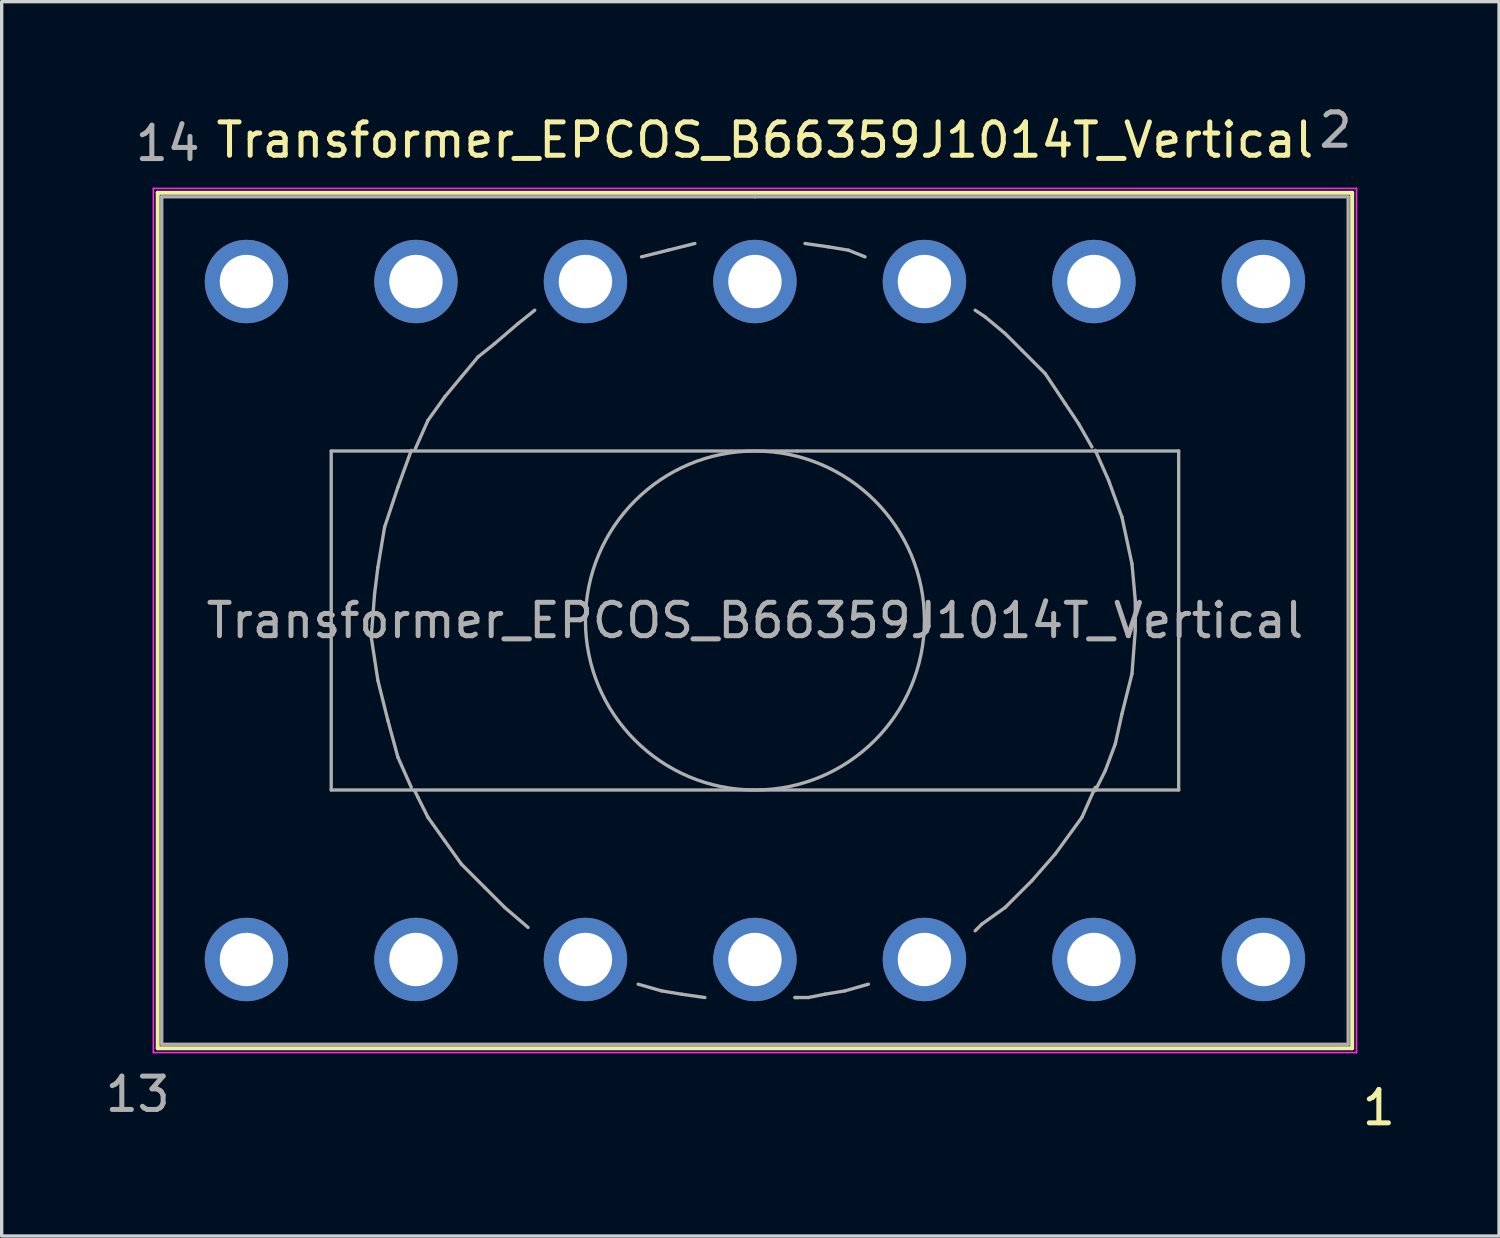
<source format=kicad_pcb>
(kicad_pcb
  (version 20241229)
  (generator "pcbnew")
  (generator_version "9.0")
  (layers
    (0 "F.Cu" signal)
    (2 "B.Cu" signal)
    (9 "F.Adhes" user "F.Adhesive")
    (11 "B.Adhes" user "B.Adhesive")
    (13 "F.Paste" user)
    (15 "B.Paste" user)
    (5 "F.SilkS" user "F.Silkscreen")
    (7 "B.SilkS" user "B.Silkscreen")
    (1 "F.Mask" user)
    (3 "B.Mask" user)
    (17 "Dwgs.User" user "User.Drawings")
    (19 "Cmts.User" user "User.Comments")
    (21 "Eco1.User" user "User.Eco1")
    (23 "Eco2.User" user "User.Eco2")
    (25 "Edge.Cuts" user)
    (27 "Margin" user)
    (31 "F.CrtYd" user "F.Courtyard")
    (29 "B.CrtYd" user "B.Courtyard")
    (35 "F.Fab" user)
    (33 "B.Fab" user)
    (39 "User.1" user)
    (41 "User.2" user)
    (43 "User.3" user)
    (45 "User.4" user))
  (footprint "Transformer_EPCOS_B66359J1014T_Vertical"
    (layer "F.Cu")
    (at 34.817 25.708)
    (property "Reference" "Transformer_EPCOS_B66359J1014T_Vertical" (at -14.94 -24.56 0) (layer "F.SilkS") (effects (font (size 1 1) (thickness 0.15))))
    (attr through_hole)
    (fp_line (start -33.14 -22.98) (end -33.14 2.66) (stroke (width 0.12) (type solid)) (layer "F.SilkS"))
    (fp_line (start -33.14 -22.98) (end 2.66 -22.98) (stroke (width 0.12) (type solid)) (layer "F.SilkS"))
    (fp_line (start 2.66 2.66) (end -33.14 2.66) (stroke (width 0.12) (type solid)) (layer "F.SilkS"))
    (fp_line (start 2.66 2.66) (end 2.66 -22.98) (stroke (width 0.12) (type solid)) (layer "F.SilkS"))
    (fp_line (start -33.27 -23.11) (end -33.27 2.79) (stroke (width 0.05) (type solid)) (layer "F.CrtYd"))
    (fp_line (start -33.27 -23.11) (end 2.79 -23.11) (stroke (width 0.05) (type solid)) (layer "F.CrtYd"))
    (fp_line (start 2.79 2.79) (end -33.27 2.79) (stroke (width 0.05) (type solid)) (layer "F.CrtYd"))
    (fp_line (start 2.79 2.79) (end 2.79 -23.11) (stroke (width 0.05) (type solid)) (layer "F.CrtYd"))
    (fp_line (start -33.02 -22.86) (end -33.02 2.54) (stroke (width 0.1) (type solid)) (layer "F.Fab"))
    (fp_line (start -33.02 2.54) (end 2.54 2.54) (stroke (width 0.1) (type solid)) (layer "F.Fab"))
    (fp_line (start -27.94 -15.24) (end -13.97 -15.24) (stroke (width 0.1) (type solid)) (layer "F.Fab"))
    (fp_line (start -27.94 -5.08) (end -27.94 -15.24) (stroke (width 0.1) (type solid)) (layer "F.Fab"))
    (fp_line (start -26.74 -9.66) (end -26.54 -8.36) (stroke (width 0.1) (type solid)) (layer "F.Fab"))
    (fp_line (start -26.64 -10.96) (end -26.74 -9.66) (stroke (width 0.1) (type solid)) (layer "F.Fab"))
    (fp_line (start -26.54 -11.76) (end -26.64 -10.96) (stroke (width 0.1) (type solid)) (layer "F.Fab"))
    (fp_line (start -26.54 -8.36) (end -26.24 -7.16) (stroke (width 0.1) (type solid)) (layer "F.Fab"))
    (fp_line (start -26.34 -12.96) (end -26.54 -11.76) (stroke (width 0.1) (type solid)) (layer "F.Fab"))
    (fp_line (start -26.24 -7.16) (end -25.94 -6.06) (stroke (width 0.1) (type solid)) (layer "F.Fab"))
    (fp_line (start -25.94 -14.16) (end -26.34 -12.96) (stroke (width 0.1) (type solid)) (layer "F.Fab"))
    (fp_line (start -25.94 -6.06) (end -25.54 -5.16) (stroke (width 0.1) (type solid)) (layer "F.Fab"))
    (fp_line (start -25.54 -15.26) (end -25.94 -14.16) (stroke (width 0.1) (type solid)) (layer "F.Fab"))
    (fp_line (start -25.34 -4.86) (end -25.44 -5.06) (stroke (width 0.1) (type solid)) (layer "F.Fab"))
    (fp_line (start -25.04 -16.16) (end -25.44 -15.26) (stroke (width 0.1) (type solid)) (layer "F.Fab"))
    (fp_line (start -25.04 -4.26) (end -25.34 -4.86) (stroke (width 0.1) (type solid)) (layer "F.Fab"))
    (fp_line (start -24.54 -16.86) (end -25.04 -16.16) (stroke (width 0.1) (type solid)) (layer "F.Fab"))
    (fp_line (start -24.54 -3.56) (end -25.04 -4.26) (stroke (width 0.1) (type solid)) (layer "F.Fab"))
    (fp_line (start -24.04 -17.46) (end -24.54 -16.86) (stroke (width 0.1) (type solid)) (layer "F.Fab"))
    (fp_line (start -24.04 -2.86) (end -24.54 -3.56) (stroke (width 0.1) (type solid)) (layer "F.Fab"))
    (fp_line (start -23.54 -18.06) (end -24.04 -17.46) (stroke (width 0.1) (type solid)) (layer "F.Fab"))
    (fp_line (start -23.34 -2.16) (end -24.04 -2.86) (stroke (width 0.1) (type solid)) (layer "F.Fab"))
    (fp_line (start -23.04 -18.46) (end -23.54 -18.06) (stroke (width 0.1) (type solid)) (layer "F.Fab"))
    (fp_line (start -22.74 -1.56) (end -23.34 -2.16) (stroke (width 0.1) (type solid)) (layer "F.Fab"))
    (fp_line (start -22.34 -19.06) (end -23.04 -18.46) (stroke (width 0.1) (type solid)) (layer "F.Fab"))
    (fp_line (start -22.04 -0.96) (end -22.74 -1.56) (stroke (width 0.1) (type solid)) (layer "F.Fab"))
    (fp_line (start -21.84 -19.46) (end -22.34 -19.06) (stroke (width 0.1) (type solid)) (layer "F.Fab"))
    (fp_line (start -18.04 0.94) (end -18.74 0.74) (stroke (width 0.1) (type solid)) (layer "F.Fab"))
    (fp_line (start -17.84 -21.26) (end -18.64 -21.06) (stroke (width 0.1) (type solid)) (layer "F.Fab"))
    (fp_line (start -17.44 1.04) (end -18.04 0.94) (stroke (width 0.1) (type solid)) (layer "F.Fab"))
    (fp_line (start -17.04 -21.46) (end -17.84 -21.26) (stroke (width 0.1) (type solid)) (layer "F.Fab"))
    (fp_line (start -16.74 1.14) (end -17.44 1.04) (stroke (width 0.1) (type solid)) (layer "F.Fab"))
    (fp_line (start -15.24 -22.86) (end -33.02 -22.86) (stroke (width 0.1) (type solid)) (layer "F.Fab"))
    (fp_line (start -15.24 -22.86) (end 2.54 -22.86) (stroke (width 0.1) (type solid)) (layer "F.Fab"))
    (fp_line (start -14.04 1.14) (end -13.94 1.14) (stroke (width 0.1) (type solid)) (layer "F.Fab"))
    (fp_line (start -13.97 -15.24) (end -2.54 -15.24) (stroke (width 0.1) (type solid)) (layer "F.Fab"))
    (fp_line (start -13.64 1.14) (end -14.04 1.14) (stroke (width 0.1) (type solid)) (layer "F.Fab"))
    (fp_line (start -13.14 1.04) (end -13.64 1.14) (stroke (width 0.1) (type solid)) (layer "F.Fab"))
    (fp_line (start -13.04 -21.36) (end -13.74 -21.46) (stroke (width 0.1) (type solid)) (layer "F.Fab"))
    (fp_line (start -12.54 0.94) (end -13.14 1.04) (stroke (width 0.1) (type solid)) (layer "F.Fab"))
    (fp_line (start -12.44 -21.26) (end -13.04 -21.36) (stroke (width 0.1) (type solid)) (layer "F.Fab"))
    (fp_line (start -11.94 -21.06) (end -12.44 -21.26) (stroke (width 0.1) (type solid)) (layer "F.Fab"))
    (fp_line (start -11.84 0.74) (end -12.54 0.94) (stroke (width 0.1) (type solid)) (layer "F.Fab"))
    (fp_line (start -8.64 -19.46) (end -8.34 -19.26) (stroke (width 0.1) (type solid)) (layer "F.Fab"))
    (fp_line (start -8.44 -1.06) (end -8.64 -0.86) (stroke (width 0.1) (type solid)) (layer "F.Fab"))
    (fp_line (start -8.34 -19.26) (end -7.74 -18.76) (stroke (width 0.1) (type solid)) (layer "F.Fab"))
    (fp_line (start -7.74 -18.76) (end -7.24 -18.26) (stroke (width 0.1) (type solid)) (layer "F.Fab"))
    (fp_line (start -7.74 -1.56) (end -8.44 -1.06) (stroke (width 0.1) (type solid)) (layer "F.Fab"))
    (fp_line (start -7.24 -18.26) (end -6.54 -17.56) (stroke (width 0.1) (type solid)) (layer "F.Fab"))
    (fp_line (start -6.94 -2.36) (end -7.74 -1.56) (stroke (width 0.1) (type solid)) (layer "F.Fab"))
    (fp_line (start -6.54 -17.56) (end -5.94 -16.66) (stroke (width 0.1) (type solid)) (layer "F.Fab"))
    (fp_line (start -6.24 -3.16) (end -6.94 -2.36) (stroke (width 0.1) (type solid)) (layer "F.Fab"))
    (fp_line (start -5.94 -16.66) (end -5.54 -16.06) (stroke (width 0.1) (type solid)) (layer "F.Fab"))
    (fp_line (start -5.54 -16.06) (end -5.14 -15.36) (stroke (width 0.1) (type solid)) (layer "F.Fab"))
    (fp_line (start -5.44 -4.26) (end -6.24 -3.16) (stroke (width 0.1) (type solid)) (layer "F.Fab"))
    (fp_line (start -5.04 -15.26) (end -4.64 -14.36) (stroke (width 0.1) (type solid)) (layer "F.Fab"))
    (fp_line (start -5.04 -5.16) (end -5.44 -4.26) (stroke (width 0.1) (type solid)) (layer "F.Fab"))
    (fp_line (start -4.74 -5.66) (end -5.04 -5.06) (stroke (width 0.1) (type solid)) (layer "F.Fab"))
    (fp_line (start -4.64 -14.36) (end -4.24 -13.26) (stroke (width 0.1) (type solid)) (layer "F.Fab"))
    (fp_line (start -4.44 -6.46) (end -4.74 -5.66) (stroke (width 0.1) (type solid)) (layer "F.Fab"))
    (fp_line (start -4.24 -13.26) (end -3.94 -11.86) (stroke (width 0.1) (type solid)) (layer "F.Fab"))
    (fp_line (start -4.24 -7.36) (end -4.44 -6.46) (stroke (width 0.1) (type solid)) (layer "F.Fab"))
    (fp_line (start -3.94 -11.86) (end -3.84 -10.76) (stroke (width 0.1) (type solid)) (layer "F.Fab"))
    (fp_line (start -3.94 -8.56) (end -4.24 -7.36) (stroke (width 0.1) (type solid)) (layer "F.Fab"))
    (fp_line (start -3.84 -10.76) (end -3.84 -9.86) (stroke (width 0.1) (type solid)) (layer "F.Fab"))
    (fp_line (start -3.84 -9.86) (end -3.94 -8.56) (stroke (width 0.1) (type solid)) (layer "F.Fab"))
    (fp_line (start -2.54 -15.24) (end -2.54 -5.08) (stroke (width 0.1) (type solid)) (layer "F.Fab"))
    (fp_line (start -2.54 -5.08) (end -27.94 -5.08) (stroke (width 0.1) (type solid)) (layer "F.Fab"))
    (fp_line (start 2.54 -22.86) (end 2.54 2.54) (stroke (width 0.1) (type solid)) (layer "F.Fab"))
    (fp_circle (center -15.24 -10.16) (end -15.24 -15.24) (stroke (width 0.1) (type solid)) (fill no) (layer "F.Fab"))
    (fp_text user "1" (at 3.46 4.44 0) (layer "F.SilkS") (effects (font (size 1 1) (thickness 0.15))))
    (fp_text user "14" (at -32.84 -24.46 0) (layer "F.Fab") (effects (font (size 1 1) (thickness 0.15))))
    (fp_text user "13" (at -33.74 4.04 0) (layer "F.Fab") (effects (font (size 1 1) (thickness 0.15))))
    (fp_text user "${REFERENCE}" (at -15.24 -10.16 0) (layer "F.Fab") (effects (font (size 1 1) (thickness 0.15))))
    (fp_text user "2" (at 2.16 -24.86 0) (layer "F.Fab") (effects (font (size 1 1) (thickness 0.15))))
    (pad "1" thru_hole circle (at 0 0) (size 2.5 2.5) (drill 1.6) (layers "*.Cu" "*.Mask"))
    (pad "2" thru_hole circle (at 0 -20.32) (size 2.5 2.5) (drill 1.6) (layers "*.Cu" "*.Mask"))
    (pad "3" thru_hole circle (at -5.08 0) (size 2.5 2.5) (drill 1.6) (layers "*.Cu" "*.Mask"))
    (pad "4" thru_hole circle (at -5.08 -20.32) (size 2.5 2.5) (drill 1.6) (layers "*.Cu" "*.Mask"))
    (pad "5" thru_hole circle (at -10.16 0) (size 2.5 2.5) (drill 1.6) (layers "*.Cu" "*.Mask"))
    (pad "6" thru_hole circle (at -10.16 -20.32) (size 2.5 2.5) (drill 1.6) (layers "*.Cu" "*.Mask"))
    (pad "7" thru_hole circle (at -15.24 0) (size 2.5 2.5) (drill 1.6) (layers "*.Cu" "*.Mask"))
    (pad "8" thru_hole circle (at -15.24 -20.32) (size 2.5 2.5) (drill 1.6) (layers "*.Cu" "*.Mask"))
    (pad "9" thru_hole circle (at -20.32 0) (size 2.5 2.5) (drill 1.6) (layers "*.Cu" "*.Mask"))
    (pad "10" thru_hole circle (at -20.32 -20.32) (size 2.5 2.5) (drill 1.6) (layers "*.Cu" "*.Mask"))
    (pad "11" thru_hole circle (at -25.4 0) (size 2.5 2.5) (drill 1.6) (layers "*.Cu" "*.Mask"))
    (pad "12" thru_hole circle (at -25.4 -20.32) (size 2.5 2.5) (drill 1.6) (layers "*.Cu" "*.Mask"))
    (pad "13" thru_hole circle (at -30.48 0) (size 2.5 2.5) (drill 1.6) (layers "*.Cu" "*.Mask"))
    (pad "14" thru_hole circle (at -30.48 -20.32) (size 2.5 2.5) (drill 1.6) (layers "*.Cu" "*.Mask")))
  (gr_rect
    (start -3 -3)
    (end 41.879 33.996)
    (stroke (width 0.1) (type default))
    (fill no)
    (layer "Edge.Cuts")))
</source>
